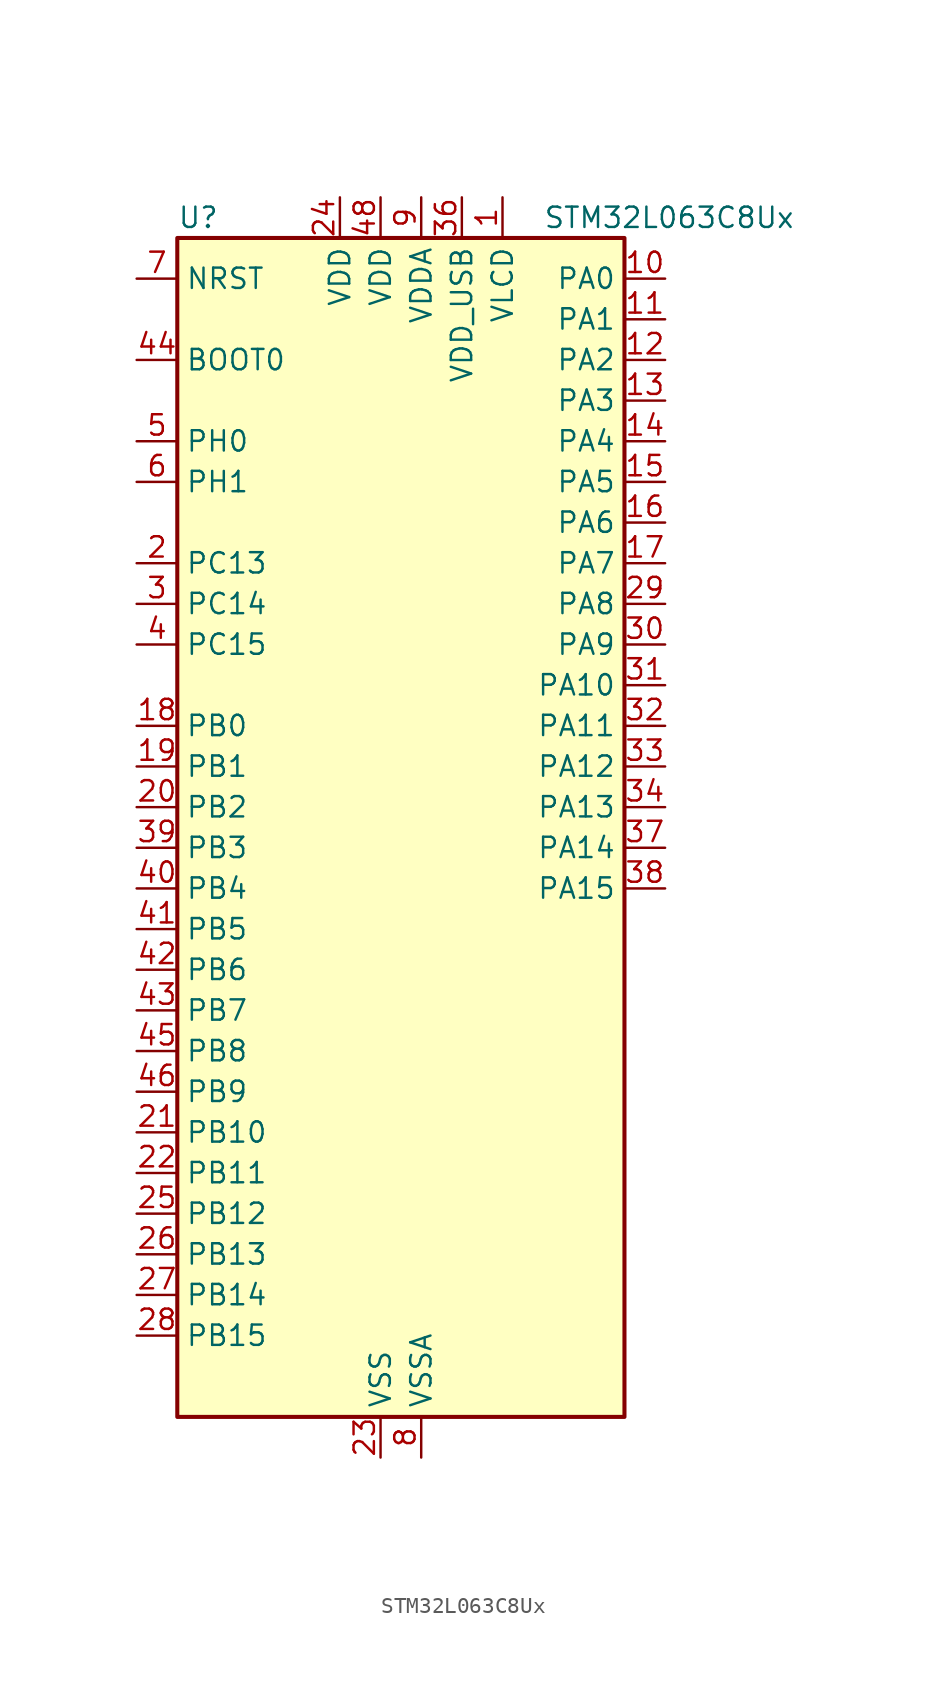
<source format=kicad_sym>
(kicad_symbol_lib
  (version 20231120)
  (generator "kicad_symbol_editor")
  (generator_version "8.0")
  (symbol "STM32L063C8Ux"
    (property "Reference" "U"
      (at -12.7 39.37 0)
      (effects (font (size 1.27 1.27)) (justify left)))
    (property "Value" "STM32L063C8Ux"
      (at 10.16 39.37 0)
      (effects (font (size 1.27 1.27)) (justify left)))
    (property "ki_locked" ""
      (at 0 0 0)
      (effects (font (size 1.27 1.27))))
    (symbol "STM32L063C8Ux_0_1"
      (rectangle (start -12.7 -35.56) (end 15.24 38.1) (stroke (width 0.254) (type default)) (fill (type background))))
    (symbol "STM32L063C8Ux_1_1"
      (pin power_in line (at 7.62 40.64 270) (length 2.54) (name "VLCD" (effects (font (size 1.27 1.27)))) (number "1" (effects (font (size 1.27 1.27)))))
      (pin bidirectional line (at 17.78 35.56 180) (length 2.54) (name "PA0" (effects (font (size 1.27 1.27)))) (number "10" (effects (font (size 1.27 1.27)))) (alternate "ADC_IN0" bidirectional line) (alternate "COMP1_INM" bidirectional line) (alternate "COMP1_OUT" bidirectional line) (alternate "RTC_TAMP2" bidirectional line) (alternate "SYS_WKUP1" bidirectional line) (alternate "TIM2_CH1" bidirectional line) (alternate "TIM2_ETR" bidirectional line) (alternate "TSC_G1_IO1" bidirectional line) (alternate "USART2_CTS" bidirectional line))
      (pin bidirectional line (at 17.78 33.02 180) (length 2.54) (name "PA1" (effects (font (size 1.27 1.27)))) (number "11" (effects (font (size 1.27 1.27)))) (alternate "ADC_IN1" bidirectional line) (alternate "COMP1_INP" bidirectional line) (alternate "LCD_SEG0" bidirectional line) (alternate "TIM21_ETR" bidirectional line) (alternate "TIM2_CH2" bidirectional line) (alternate "TSC_G1_IO2" bidirectional line) (alternate "USART2_DE" bidirectional line) (alternate "USART2_RTS" bidirectional line))
      (pin bidirectional line (at 17.78 30.48 180) (length 2.54) (name "PA2" (effects (font (size 1.27 1.27)))) (number "12" (effects (font (size 1.27 1.27)))) (alternate "ADC_IN2" bidirectional line) (alternate "COMP2_INM" bidirectional line) (alternate "COMP2_OUT" bidirectional line) (alternate "LCD_SEG1" bidirectional line) (alternate "TIM21_CH1" bidirectional line) (alternate "TIM2_CH3" bidirectional line) (alternate "TSC_G1_IO3" bidirectional line) (alternate "USART2_TX" bidirectional line))
      (pin bidirectional line (at 17.78 27.94 180) (length 2.54) (name "PA3" (effects (font (size 1.27 1.27)))) (number "13" (effects (font (size 1.27 1.27)))) (alternate "ADC_IN3" bidirectional line) (alternate "COMP2_INP" bidirectional line) (alternate "LCD_SEG2" bidirectional line) (alternate "TIM21_CH2" bidirectional line) (alternate "TIM2_CH4" bidirectional line) (alternate "TSC_G1_IO4" bidirectional line) (alternate "USART2_RX" bidirectional line))
      (pin bidirectional line (at 17.78 25.4 180) (length 2.54) (name "PA4" (effects (font (size 1.27 1.27)))) (number "14" (effects (font (size 1.27 1.27)))) (alternate "ADC_IN4" bidirectional line) (alternate "COMP1_INM" bidirectional line) (alternate "COMP2_INM" bidirectional line) (alternate "DAC_OUT1" bidirectional line) (alternate "SPI1_NSS" bidirectional line) (alternate "TIM22_ETR" bidirectional line) (alternate "TSC_G2_IO1" bidirectional line) (alternate "USART2_CK" bidirectional line))
      (pin bidirectional line (at 17.78 22.86 180) (length 2.54) (name "PA5" (effects (font (size 1.27 1.27)))) (number "15" (effects (font (size 1.27 1.27)))) (alternate "ADC_IN5" bidirectional line) (alternate "COMP1_INM" bidirectional line) (alternate "COMP2_INM" bidirectional line) (alternate "SPI1_SCK" bidirectional line) (alternate "TIM2_CH1" bidirectional line) (alternate "TIM2_ETR" bidirectional line) (alternate "TSC_G2_IO2" bidirectional line))
      (pin bidirectional line (at 17.78 20.32 180) (length 2.54) (name "PA6" (effects (font (size 1.27 1.27)))) (number "16" (effects (font (size 1.27 1.27)))) (alternate "ADC_IN6" bidirectional line) (alternate "COMP1_OUT" bidirectional line) (alternate "LCD_SEG3" bidirectional line) (alternate "LPUART1_CTS" bidirectional line) (alternate "SPI1_MISO" bidirectional line) (alternate "TIM22_CH1" bidirectional line) (alternate "TSC_G2_IO3" bidirectional line))
      (pin bidirectional line (at 17.78 17.78 180) (length 2.54) (name "PA7" (effects (font (size 1.27 1.27)))) (number "17" (effects (font (size 1.27 1.27)))) (alternate "ADC_IN7" bidirectional line) (alternate "COMP2_OUT" bidirectional line) (alternate "LCD_SEG4" bidirectional line) (alternate "SPI1_MOSI" bidirectional line) (alternate "TIM22_CH2" bidirectional line) (alternate "TSC_G2_IO4" bidirectional line))
      (pin bidirectional line (at -15.24 7.62 0) (length 2.54) (name "PB0" (effects (font (size 1.27 1.27)))) (number "18" (effects (font (size 1.27 1.27)))) (alternate "ADC_IN8" bidirectional line) (alternate "LCD_SEG5" bidirectional line) (alternate "LCD_VLCD3" bidirectional line) (alternate "SYS_VREF_OUT_PB0" bidirectional line) (alternate "TSC_G3_IO2" bidirectional line))
      (pin bidirectional line (at -15.24 5.08 0) (length 2.54) (name "PB1" (effects (font (size 1.27 1.27)))) (number "19" (effects (font (size 1.27 1.27)))) (alternate "ADC_IN9" bidirectional line) (alternate "LCD_SEG6" bidirectional line) (alternate "LPUART1_DE" bidirectional line) (alternate "LPUART1_RTS" bidirectional line) (alternate "SYS_VREF_OUT_PB1" bidirectional line) (alternate "TSC_G3_IO3" bidirectional line))
      (pin bidirectional line (at -15.24 17.78 0) (length 2.54) (name "PC13" (effects (font (size 1.27 1.27)))) (number "2" (effects (font (size 1.27 1.27)))) (alternate "RTC_OUT_ALARM" bidirectional line) (alternate "RTC_OUT_CALIB" bidirectional line) (alternate "RTC_TAMP1" bidirectional line) (alternate "RTC_TS" bidirectional line) (alternate "SYS_WKUP2" bidirectional line))
      (pin bidirectional line (at -15.24 2.54 0) (length 2.54) (name "PB2" (effects (font (size 1.27 1.27)))) (number "20" (effects (font (size 1.27 1.27)))) (alternate "LCD_VLCD2" bidirectional line) (alternate "LPTIM1_OUT" bidirectional line) (alternate "TSC_G3_IO4" bidirectional line))
      (pin bidirectional line (at -15.24 -17.78 0) (length 2.54) (name "PB10" (effects (font (size 1.27 1.27)))) (number "21" (effects (font (size 1.27 1.27)))) (alternate "I2C2_SCL" bidirectional line) (alternate "LCD_SEG10" bidirectional line) (alternate "LPUART1_TX" bidirectional line) (alternate "SPI2_SCK" bidirectional line) (alternate "TIM2_CH3" bidirectional line) (alternate "TSC_SYNC" bidirectional line))
      (pin bidirectional line (at -15.24 -20.32 0) (length 2.54) (name "PB11" (effects (font (size 1.27 1.27)))) (number "22" (effects (font (size 1.27 1.27)))) (alternate "ADC_EXTI11" bidirectional line) (alternate "I2C2_SDA" bidirectional line) (alternate "LCD_SEG11" bidirectional line) (alternate "LPUART1_RX" bidirectional line) (alternate "TIM2_CH4" bidirectional line) (alternate "TSC_G6_IO1" bidirectional line))
      (pin power_in line (at 0 -38.1 90) (length 2.54) (name "VSS" (effects (font (size 1.27 1.27)))) (number "23" (effects (font (size 1.27 1.27)))))
      (pin power_in line (at -2.54 40.64 270) (length 2.54) (name "VDD" (effects (font (size 1.27 1.27)))) (number "24" (effects (font (size 1.27 1.27)))))
      (pin bidirectional line (at -15.24 -22.86 0) (length 2.54) (name "PB12" (effects (font (size 1.27 1.27)))) (number "25" (effects (font (size 1.27 1.27)))) (alternate "I2S2_WS" bidirectional line) (alternate "LCD_SEG12" bidirectional line) (alternate "LCD_VLCD1" bidirectional line) (alternate "LPUART1_DE" bidirectional line) (alternate "LPUART1_RTS" bidirectional line) (alternate "SPI2_NSS" bidirectional line) (alternate "TSC_G6_IO2" bidirectional line))
      (pin bidirectional line (at -15.24 -25.4 0) (length 2.54) (name "PB13" (effects (font (size 1.27 1.27)))) (number "26" (effects (font (size 1.27 1.27)))) (alternate "I2C2_SCL" bidirectional line) (alternate "I2S2_CK" bidirectional line) (alternate "LCD_SEG13" bidirectional line) (alternate "LPUART1_CTS" bidirectional line) (alternate "SPI2_SCK" bidirectional line) (alternate "TIM21_CH1" bidirectional line) (alternate "TSC_G6_IO3" bidirectional line))
      (pin bidirectional line (at -15.24 -27.94 0) (length 2.54) (name "PB14" (effects (font (size 1.27 1.27)))) (number "27" (effects (font (size 1.27 1.27)))) (alternate "I2C2_SDA" bidirectional line) (alternate "I2S2_MCK" bidirectional line) (alternate "LCD_SEG14" bidirectional line) (alternate "LPUART1_DE" bidirectional line) (alternate "LPUART1_RTS" bidirectional line) (alternate "RTC_OUT_ALARM" bidirectional line) (alternate "RTC_OUT_CALIB" bidirectional line) (alternate "SPI2_MISO" bidirectional line) (alternate "TIM21_CH2" bidirectional line) (alternate "TSC_G6_IO4" bidirectional line))
      (pin bidirectional line (at -15.24 -30.48 0) (length 2.54) (name "PB15" (effects (font (size 1.27 1.27)))) (number "28" (effects (font (size 1.27 1.27)))) (alternate "I2S2_SD" bidirectional line) (alternate "LCD_SEG15" bidirectional line) (alternate "RTC_REFIN" bidirectional line) (alternate "SPI2_MOSI" bidirectional line))
      (pin bidirectional line (at 17.78 15.24 180) (length 2.54) (name "PA8" (effects (font (size 1.27 1.27)))) (number "29" (effects (font (size 1.27 1.27)))) (alternate "CRS_SYNC" bidirectional line) (alternate "LCD_COM0" bidirectional line) (alternate "RCC_MCO" bidirectional line) (alternate "USART1_CK" bidirectional line))
      (pin bidirectional line (at -15.24 15.24 0) (length 2.54) (name "PC14" (effects (font (size 1.27 1.27)))) (number "3" (effects (font (size 1.27 1.27)))) (alternate "RCC_OSC32_IN" bidirectional line))
      (pin bidirectional line (at 17.78 12.7 180) (length 2.54) (name "PA9" (effects (font (size 1.27 1.27)))) (number "30" (effects (font (size 1.27 1.27)))) (alternate "DAC_EXTI9" bidirectional line) (alternate "LCD_COM1" bidirectional line) (alternate "RCC_MCO" bidirectional line) (alternate "TSC_G4_IO1" bidirectional line) (alternate "USART1_TX" bidirectional line))
      (pin bidirectional line (at 17.78 10.16 180) (length 2.54) (name "PA10" (effects (font (size 1.27 1.27)))) (number "31" (effects (font (size 1.27 1.27)))) (alternate "LCD_COM2" bidirectional line) (alternate "TSC_G4_IO2" bidirectional line) (alternate "USART1_RX" bidirectional line))
      (pin bidirectional line (at 17.78 7.62 180) (length 2.54) (name "PA11" (effects (font (size 1.27 1.27)))) (number "32" (effects (font (size 1.27 1.27)))) (alternate "ADC_EXTI11" bidirectional line) (alternate "COMP1_OUT" bidirectional line) (alternate "SPI1_MISO" bidirectional line) (alternate "TSC_G4_IO3" bidirectional line) (alternate "USART1_CTS" bidirectional line) (alternate "USB_DM" bidirectional line))
      (pin bidirectional line (at 17.78 5.08 180) (length 2.54) (name "PA12" (effects (font (size 1.27 1.27)))) (number "33" (effects (font (size 1.27 1.27)))) (alternate "COMP2_OUT" bidirectional line) (alternate "SPI1_MOSI" bidirectional line) (alternate "TSC_G4_IO4" bidirectional line) (alternate "USART1_DE" bidirectional line) (alternate "USART1_RTS" bidirectional line) (alternate "USB_DP" bidirectional line))
      (pin bidirectional line (at 17.78 2.54 180) (length 2.54) (name "PA13" (effects (font (size 1.27 1.27)))) (number "34" (effects (font (size 1.27 1.27)))) (alternate "SYS_SWDIO" bidirectional line) (alternate "USB_NOE" bidirectional line))
      (pin passive line (at 0 -38.1 90) (length 2.54) hide (name "VSS" (effects (font (size 1.27 1.27)))) (number "35" (effects (font (size 1.27 1.27)))))
      (pin power_in line (at 5.08 40.64 270) (length 2.54) (name "VDD_USB" (effects (font (size 1.27 1.27)))) (number "36" (effects (font (size 1.27 1.27)))))
      (pin bidirectional line (at 17.78 0 180) (length 2.54) (name "PA14" (effects (font (size 1.27 1.27)))) (number "37" (effects (font (size 1.27 1.27)))) (alternate "SYS_SWCLK" bidirectional line) (alternate "USART2_TX" bidirectional line))
      (pin bidirectional line (at 17.78 -2.54 180) (length 2.54) (name "PA15" (effects (font (size 1.27 1.27)))) (number "38" (effects (font (size 1.27 1.27)))) (alternate "LCD_SEG17" bidirectional line) (alternate "SPI1_NSS" bidirectional line) (alternate "TIM2_CH1" bidirectional line) (alternate "TIM2_ETR" bidirectional line) (alternate "USART2_RX" bidirectional line))
      (pin bidirectional line (at -15.24 0 0) (length 2.54) (name "PB3" (effects (font (size 1.27 1.27)))) (number "39" (effects (font (size 1.27 1.27)))) (alternate "COMP2_INM" bidirectional line) (alternate "LCD_SEG7" bidirectional line) (alternate "SPI1_SCK" bidirectional line) (alternate "TIM2_CH2" bidirectional line) (alternate "TSC_G5_IO1" bidirectional line))
      (pin bidirectional line (at -15.24 12.7 0) (length 2.54) (name "PC15" (effects (font (size 1.27 1.27)))) (number "4" (effects (font (size 1.27 1.27)))) (alternate "RCC_OSC32_OUT" bidirectional line))
      (pin bidirectional line (at -15.24 -2.54 0) (length 2.54) (name "PB4" (effects (font (size 1.27 1.27)))) (number "40" (effects (font (size 1.27 1.27)))) (alternate "COMP2_INP" bidirectional line) (alternate "LCD_SEG8" bidirectional line) (alternate "SPI1_MISO" bidirectional line) (alternate "TIM22_CH1" bidirectional line) (alternate "TSC_G5_IO2" bidirectional line))
      (pin bidirectional line (at -15.24 -5.08 0) (length 2.54) (name "PB5" (effects (font (size 1.27 1.27)))) (number "41" (effects (font (size 1.27 1.27)))) (alternate "COMP2_INP" bidirectional line) (alternate "I2C1_SMBA" bidirectional line) (alternate "LCD_SEG9" bidirectional line) (alternate "LPTIM1_IN1" bidirectional line) (alternate "SPI1_MOSI" bidirectional line) (alternate "TIM22_CH2" bidirectional line))
      (pin bidirectional line (at -15.24 -7.62 0) (length 2.54) (name "PB6" (effects (font (size 1.27 1.27)))) (number "42" (effects (font (size 1.27 1.27)))) (alternate "COMP2_INP" bidirectional line) (alternate "I2C1_SCL" bidirectional line) (alternate "LPTIM1_ETR" bidirectional line) (alternate "TSC_G5_IO3" bidirectional line) (alternate "USART1_TX" bidirectional line))
      (pin bidirectional line (at -15.24 -10.16 0) (length 2.54) (name "PB7" (effects (font (size 1.27 1.27)))) (number "43" (effects (font (size 1.27 1.27)))) (alternate "COMP2_INP" bidirectional line) (alternate "I2C1_SDA" bidirectional line) (alternate "LPTIM1_IN2" bidirectional line) (alternate "SYS_PVD_IN" bidirectional line) (alternate "TSC_G5_IO4" bidirectional line) (alternate "USART1_RX" bidirectional line))
      (pin input line (at -15.24 30.48 0) (length 2.54) (name "BOOT0" (effects (font (size 1.27 1.27)))) (number "44" (effects (font (size 1.27 1.27)))))
      (pin bidirectional line (at -15.24 -12.7 0) (length 2.54) (name "PB8" (effects (font (size 1.27 1.27)))) (number "45" (effects (font (size 1.27 1.27)))) (alternate "I2C1_SCL" bidirectional line) (alternate "LCD_SEG16" bidirectional line) (alternate "TSC_SYNC" bidirectional line))
      (pin bidirectional line (at -15.24 -15.24 0) (length 2.54) (name "PB9" (effects (font (size 1.27 1.27)))) (number "46" (effects (font (size 1.27 1.27)))) (alternate "DAC_EXTI9" bidirectional line) (alternate "I2C1_SDA" bidirectional line) (alternate "I2S2_WS" bidirectional line) (alternate "LCD_COM3" bidirectional line) (alternate "SPI2_NSS" bidirectional line))
      (pin passive line (at 0 -38.1 90) (length 2.54) hide (name "VSS" (effects (font (size 1.27 1.27)))) (number "47" (effects (font (size 1.27 1.27)))))
      (pin power_in line (at 0 40.64 270) (length 2.54) (name "VDD" (effects (font (size 1.27 1.27)))) (number "48" (effects (font (size 1.27 1.27)))))
      (pin passive line (at 0 -38.1 90) (length 2.54) hide (name "VSS" (effects (font (size 1.27 1.27)))) (number "49" (effects (font (size 1.27 1.27)))))
      (pin bidirectional line (at -15.24 25.4 0) (length 2.54) (name "PH0" (effects (font (size 1.27 1.27)))) (number "5" (effects (font (size 1.27 1.27)))) (alternate "CRS_SYNC" bidirectional line) (alternate "RCC_OSC_IN" bidirectional line))
      (pin bidirectional line (at -15.24 22.86 0) (length 2.54) (name "PH1" (effects (font (size 1.27 1.27)))) (number "6" (effects (font (size 1.27 1.27)))) (alternate "RCC_OSC_OUT" bidirectional line))
      (pin input line (at -15.24 35.56 0) (length 2.54) (name "NRST" (effects (font (size 1.27 1.27)))) (number "7" (effects (font (size 1.27 1.27)))))
      (pin power_in line (at 2.54 -38.1 90) (length 2.54) (name "VSSA" (effects (font (size 1.27 1.27)))) (number "8" (effects (font (size 1.27 1.27)))))
      (pin power_in line (at 2.54 40.64 270) (length 2.54) (name "VDDA" (effects (font (size 1.27 1.27)))) (number "9" (effects (font (size 1.27 1.27))))))))
</source>
